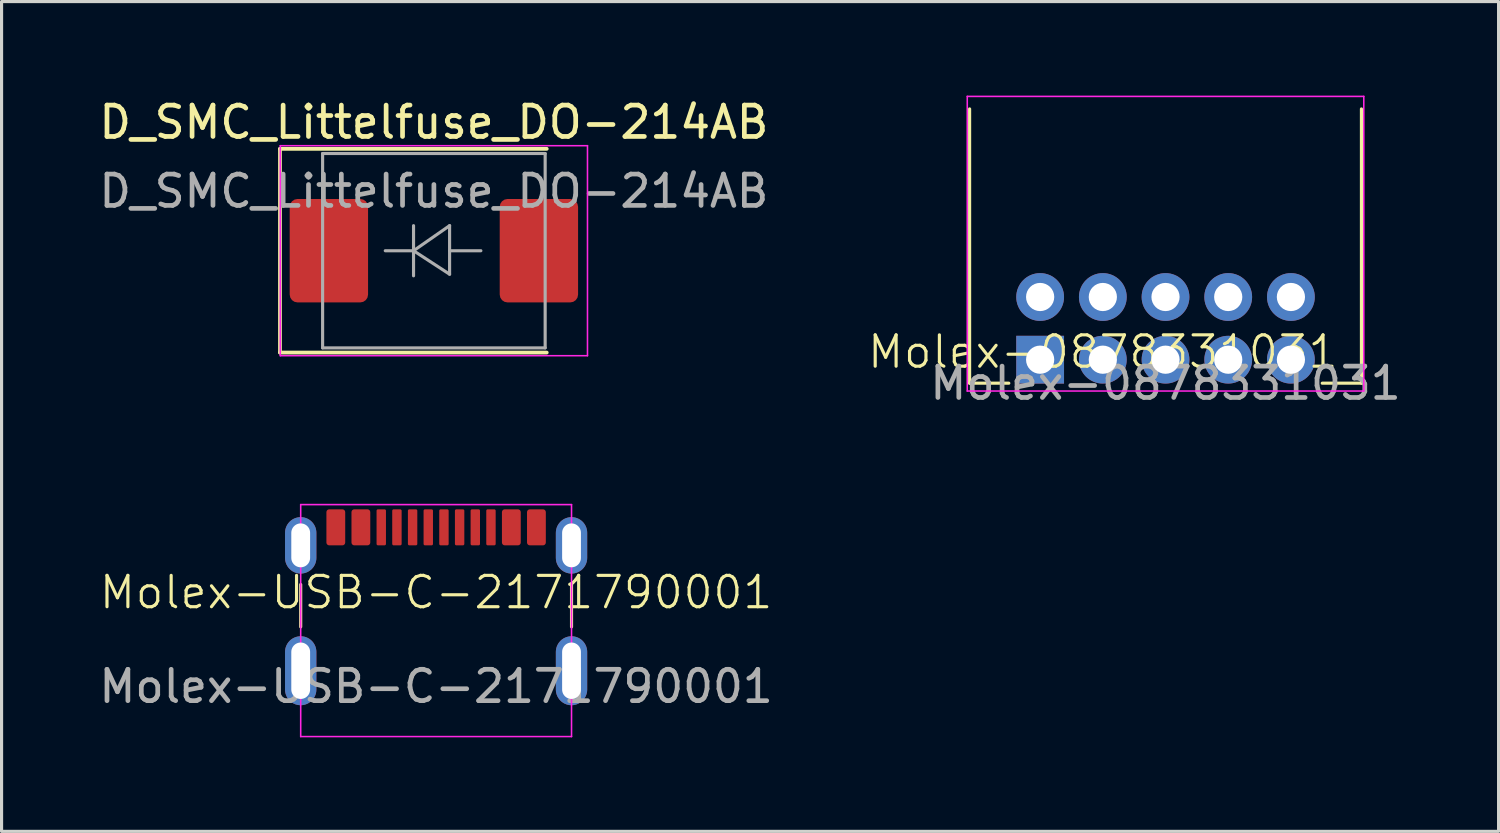
<source format=kicad_pcb>
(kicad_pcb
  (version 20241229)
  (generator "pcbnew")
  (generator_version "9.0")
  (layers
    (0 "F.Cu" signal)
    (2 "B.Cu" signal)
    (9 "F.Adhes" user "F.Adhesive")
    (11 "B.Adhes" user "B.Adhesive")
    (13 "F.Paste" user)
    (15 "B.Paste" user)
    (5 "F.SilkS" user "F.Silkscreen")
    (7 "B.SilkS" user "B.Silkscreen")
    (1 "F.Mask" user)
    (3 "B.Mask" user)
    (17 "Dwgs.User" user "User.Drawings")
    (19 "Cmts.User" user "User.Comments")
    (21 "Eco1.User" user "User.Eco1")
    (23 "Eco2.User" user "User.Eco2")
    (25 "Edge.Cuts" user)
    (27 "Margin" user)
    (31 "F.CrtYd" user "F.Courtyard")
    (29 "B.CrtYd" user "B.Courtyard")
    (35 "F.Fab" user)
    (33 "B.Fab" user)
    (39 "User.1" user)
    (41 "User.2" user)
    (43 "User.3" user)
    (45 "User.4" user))
  (footprint "Molex-USB-C-2171790001"
    (layer "F.Cu")
    (at 10.863 16.348)
    (property "Reference" "Molex-USB-C-2171790001" (at 0 -0.5 0) (unlocked yes) (layer "F.SilkS") (effects (font (size 1 1) (thickness 0.1))))
    (attr through_hole)
    (fp_line (start -4.32 -0.75) (end -4.32 0.6) (stroke (width 0.1) (type default)) (layer "F.SilkS"))
    (fp_line (start 4.32 -0.75) (end 4.32 0.6) (stroke (width 0.1) (type default)) (layer "F.SilkS"))
    (fp_line (start -4.32 -3.3) (end -4.32 4.1) (stroke (width 0.05) (type default)) (layer "F.CrtYd"))
    (fp_line (start -4.32 -3.3) (end 4.32 -3.3) (stroke (width 0.05) (type default)) (layer "F.CrtYd"))
    (fp_line (start -4.32 4.1) (end 4.32 4.1) (stroke (width 0.05) (type default)) (layer "F.CrtYd"))
    (fp_line (start 4.32 -3.3) (end 4.32 4.1) (stroke (width 0.05) (type default)) (layer "F.CrtYd"))
    (fp_text user "${REFERENCE}" (at 0 2.5 0) (unlocked yes) (layer "F.Fab") (effects (font (size 1 1) (thickness 0.15))))
    (pad "A1B12" smd roundrect (at -3.2 -2.575 180) (size 0.6 1.15) (layers "F.Cu" "F.Mask" "F.Paste") (roundrect_rratio 0.15))
    (pad "A4B9" smd roundrect (at -2.4 -2.575 180) (size 0.6 1.15) (layers "F.Cu" "F.Mask" "F.Paste") (roundrect_rratio 0.15))
    (pad "A5" smd roundrect (at -1.25 -2.575 180) (size 0.3 1.15) (layers "F.Cu" "F.Mask" "F.Paste") (roundrect_rratio 0.15))
    (pad "A6" smd roundrect (at -0.25 -2.575 180) (size 0.3 1.15) (layers "F.Cu" "F.Mask" "F.Paste") (roundrect_rratio 0.15))
    (pad "A7" smd roundrect (at 0.25 -2.575 180) (size 0.3 1.15) (layers "F.Cu" "F.Mask" "F.Paste") (roundrect_rratio 0.15))
    (pad "A8" smd roundrect (at 1.25 -2.575 180) (size 0.3 1.15) (layers "F.Cu" "F.Mask" "F.Paste") (roundrect_rratio 0.15))
    (pad "B1A12" smd roundrect (at 3.2 -2.575 180) (size 0.6 1.15) (layers "F.Cu" "F.Mask" "F.Paste") (roundrect_rratio 0.15))
    (pad "B4A9" smd roundrect (at 2.4 -2.575 180) (size 0.6 1.15) (layers "F.Cu" "F.Mask" "F.Paste") (roundrect_rratio 0.15))
    (pad "B5" smd roundrect (at 1.75 -2.575 180) (size 0.3 1.15) (layers "F.Cu" "F.Mask" "F.Paste") (roundrect_rratio 0.15))
    (pad "B6" smd roundrect (at 0.75 -2.575 180) (size 0.3 1.15) (layers "F.Cu" "F.Mask" "F.Paste") (roundrect_rratio 0.15))
    (pad "B7" smd roundrect (at -0.75 -2.575 180) (size 0.3 1.15) (layers "F.Cu" "F.Mask" "F.Paste") (roundrect_rratio 0.15))
    (pad "B8" smd roundrect (at -1.75 -2.575 180) (size 0.3 1.15) (layers "F.Cu" "F.Mask" "F.Paste") (roundrect_rratio 0.15))
    (pad "S1" thru_hole oval (at -4.32 -2 180) (size 1 1.8) (drill oval 0.6 1.4) (layers "*.Cu" "*.Mask"))
    (pad "S1" thru_hole oval (at -4.32 2 180) (size 1 2.2) (drill oval 0.6 1.8) (layers "*.Cu" "*.Mask"))
    (pad "S1" thru_hole oval (at 4.32 -2 180) (size 1 1.8) (drill oval 0.6 1.4) (layers "*.Cu" "*.Mask"))
    (pad "S1" thru_hole oval (at 4.32 2 180) (size 1 2.2) (drill oval 0.6 1.8) (layers "*.Cu" "*.Mask")))
  (footprint "D_SMC_Littelfuse_DO-214AB"
    (layer "F.Cu")
    (at 10.792 4.948)
    (property "Reference" "D_SMC_Littelfuse_DO-214AB" (at 0 -4.1 0) (layer "F.SilkS") (effects (font (size 1 1) (thickness 0.15))))
    (attr smd)
    (fp_line (start -4.91 -3.25) (end 3.6 -3.25) (stroke (width 0.12) (type solid)) (layer "F.SilkS"))
    (fp_line (start -4.91 3.25) (end -4.91 -3.25) (stroke (width 0.12) (type solid)) (layer "F.SilkS"))
    (fp_line (start -4.91 3.25) (end 3.6 3.25) (stroke (width 0.12) (type solid)) (layer "F.SilkS"))
    (fp_line (start -4.9 -3.35) (end 4.9 -3.35) (stroke (width 0.05) (type solid)) (layer "F.CrtYd"))
    (fp_line (start -4.9 3.35) (end -4.9 -3.35) (stroke (width 0.05) (type solid)) (layer "F.CrtYd"))
    (fp_line (start 4.9 -3.35) (end 4.9 3.35) (stroke (width 0.05) (type solid)) (layer "F.CrtYd"))
    (fp_line (start 4.9 3.35) (end -4.9 3.35) (stroke (width 0.05) (type solid)) (layer "F.CrtYd"))
    (fp_line (start -3.55 3.1) (end -3.55 -3.1) (stroke (width 0.1) (type solid)) (layer "F.Fab"))
    (fp_line (start -0.649 -0.799) (end -0.649 0.801) (stroke (width 0.1) (type solid)) (layer "F.Fab"))
    (fp_line (start -0.649 0.001) (end -1.551 0.001) (stroke (width 0.1) (type solid)) (layer "F.Fab"))
    (fp_line (start -0.649 0.001) (end 0.501 -0.799) (stroke (width 0.1) (type solid)) (layer "F.Fab"))
    (fp_line (start -0.649 0.001) (end 0.501 0.75) (stroke (width 0.1) (type solid)) (layer "F.Fab"))
    (fp_line (start 0.501 0.001) (end 1.499 0.001) (stroke (width 0.1) (type solid)) (layer "F.Fab"))
    (fp_line (start 0.501 0.75) (end 0.501 -0.799) (stroke (width 0.1) (type solid)) (layer "F.Fab"))
    (fp_line (start 3.55 -3.1) (end -3.55 -3.1) (stroke (width 0.1) (type solid)) (layer "F.Fab"))
    (fp_line (start 3.55 -3.1) (end 3.55 3.1) (stroke (width 0.1) (type solid)) (layer "F.Fab"))
    (fp_line (start 3.55 3.1) (end -3.55 3.1) (stroke (width 0.1) (type solid)) (layer "F.Fab"))
    (fp_text user "${REFERENCE}" (at 0 -1.9 0) (layer "F.Fab") (effects (font (size 1 1) (thickness 0.15))))
    (pad "1" smd roundrect (at -3.35 0 90) (size 3.3 2.5) (layers "F.Cu" "F.Mask" "F.Paste") (roundrect_rratio 0.1))
    (pad "2" smd roundrect (at 3.35 0 90) (size 3.3 2.5) (layers "F.Cu" "F.Mask" "F.Paste") (roundrect_rratio 0.1)))
  (footprint "Molex-0878331031"
    (layer "F.Cu")
    (at 34.133 7.425)
    (property "Reference" "Molex-0878331031" (at -2 0.75 0) (unlocked yes) (layer "F.SilkS") (effects (font (size 1 1) (thickness 0.1))))
    (attr through_hole)
    (fp_line (start -6.25 1.75) (end -6.25 -7) (stroke (width 0.1) (type default)) (layer "F.SilkS"))
    (fp_line (start -5 1.75) (end -6.25 1.75) (stroke (width 0.1) (type default)) (layer "F.SilkS"))
    (fp_line (start 6.25 1.75) (end 5 1.75) (stroke (width 0.1) (type default)) (layer "F.SilkS"))
    (fp_line (start 6.25 1.75) (end 6.25 -7) (stroke (width 0.1) (type default)) (layer "F.SilkS"))
    (fp_line (start -6.325 -7.4) (end 6.325 -7.4) (stroke (width 0.05) (type default)) (layer "F.CrtYd"))
    (fp_line (start -6.325 2) (end -6.325 -7.4) (stroke (width 0.05) (type default)) (layer "F.CrtYd"))
    (fp_line (start -6.325 2) (end 6.325 2) (stroke (width 0.05) (type default)) (layer "F.CrtYd"))
    (fp_line (start 6.325 2) (end 6.325 -7.4) (stroke (width 0.05) (type default)) (layer "F.CrtYd"))
    (fp_text user "${REFERENCE}" (at 0 1.75 0) (unlocked yes) (layer "F.Fab") (effects (font (size 1 1) (thickness 0.15))))
    (pad "1" thru_hole rect (at -4 1) (size 1.524 1.524) (drill 0.9) (layers "*.Cu" "*.Mask"))
    (pad "2" thru_hole circle (at -4 -1) (size 1.524 1.524) (drill 0.9) (layers "*.Cu" "*.Mask"))
    (pad "3" thru_hole circle (at -2 1) (size 1.524 1.524) (drill 0.9) (layers "*.Cu" "*.Mask"))
    (pad "4" thru_hole circle (at -2 -1) (size 1.524 1.524) (drill 0.9) (layers "*.Cu" "*.Mask"))
    (pad "5" thru_hole circle (at 0 1) (size 1.524 1.524) (drill 0.9) (layers "*.Cu" "*.Mask"))
    (pad "6" thru_hole circle (at 0 -1) (size 1.524 1.524) (drill 0.9) (layers "*.Cu" "*.Mask"))
    (pad "7" thru_hole circle (at 2 1) (size 1.524 1.524) (drill 0.9) (layers "*.Cu" "*.Mask"))
    (pad "8" thru_hole circle (at 2 -1) (size 1.524 1.524) (drill 0.9) (layers "*.Cu" "*.Mask"))
    (pad "9" thru_hole circle (at 4 1) (size 1.524 1.524) (drill 0.9) (layers "*.Cu" "*.Mask"))
    (pad "10" thru_hole circle (at 4 -1) (size 1.524 1.524) (drill 0.9) (layers "*.Cu" "*.Mask")))
  (gr_rect
    (start -3 -3)
    (end 44.758 23.473)
    (stroke (width 0.1) (type default))
    (fill no)
    (layer "Edge.Cuts")))
</source>
